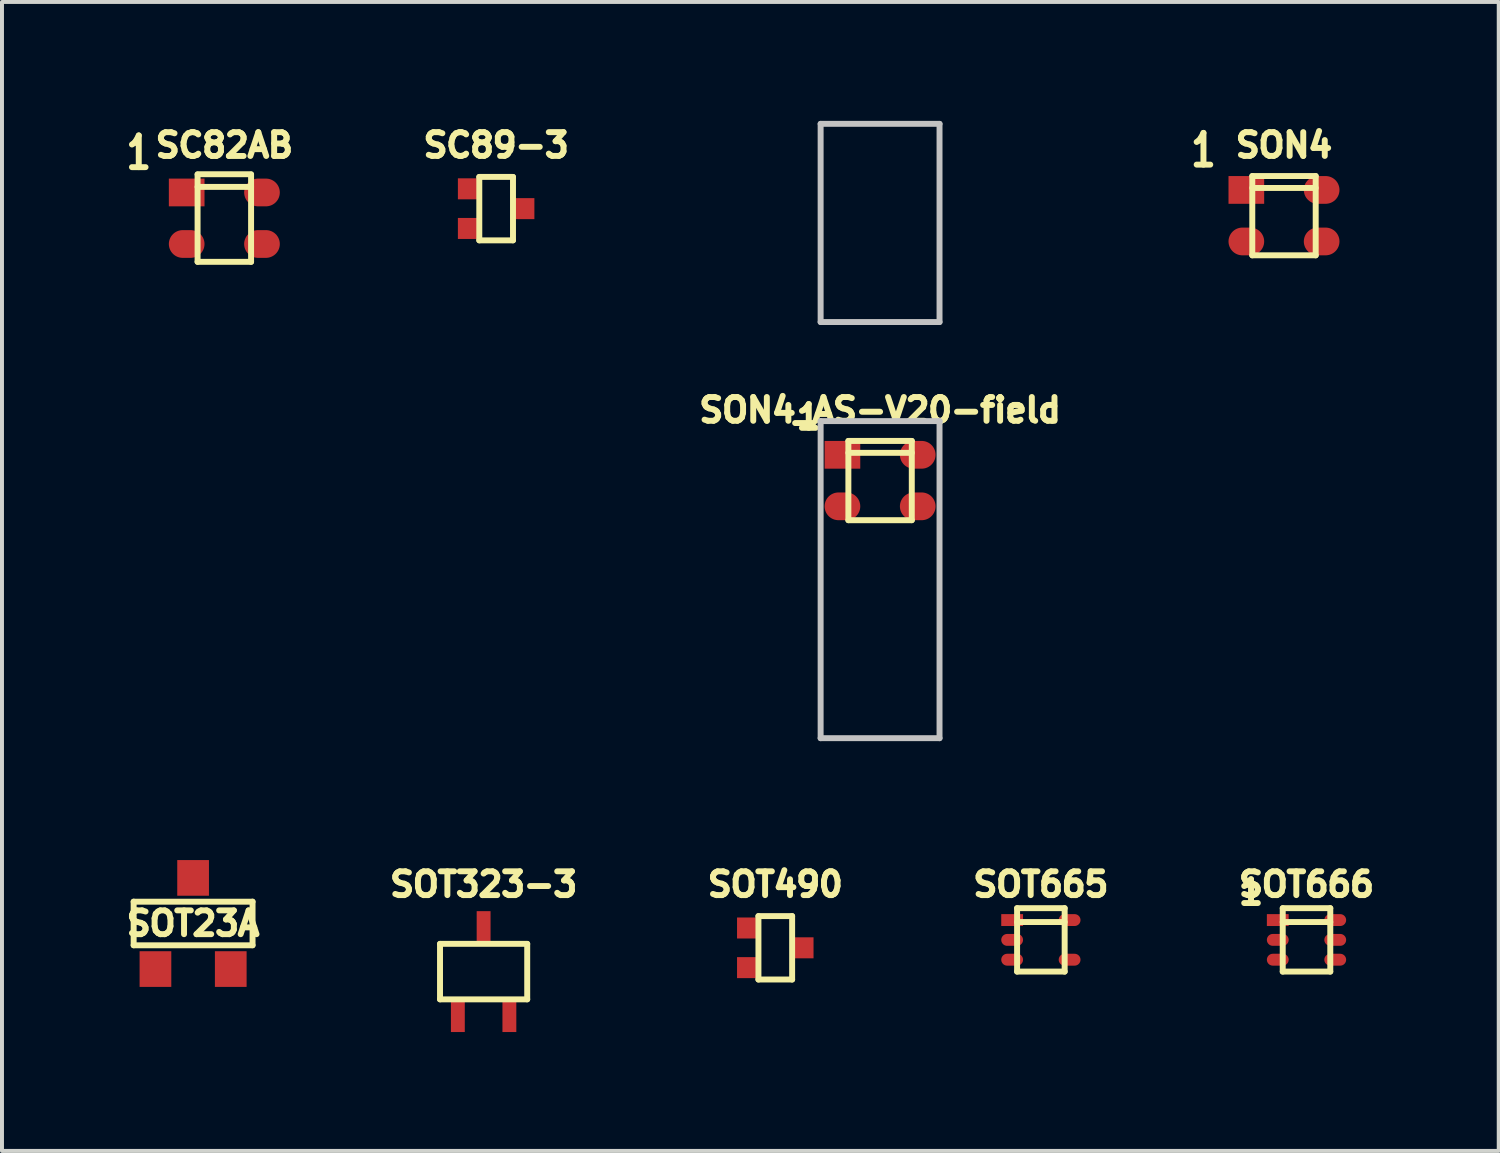
<source format=kicad_pcb>
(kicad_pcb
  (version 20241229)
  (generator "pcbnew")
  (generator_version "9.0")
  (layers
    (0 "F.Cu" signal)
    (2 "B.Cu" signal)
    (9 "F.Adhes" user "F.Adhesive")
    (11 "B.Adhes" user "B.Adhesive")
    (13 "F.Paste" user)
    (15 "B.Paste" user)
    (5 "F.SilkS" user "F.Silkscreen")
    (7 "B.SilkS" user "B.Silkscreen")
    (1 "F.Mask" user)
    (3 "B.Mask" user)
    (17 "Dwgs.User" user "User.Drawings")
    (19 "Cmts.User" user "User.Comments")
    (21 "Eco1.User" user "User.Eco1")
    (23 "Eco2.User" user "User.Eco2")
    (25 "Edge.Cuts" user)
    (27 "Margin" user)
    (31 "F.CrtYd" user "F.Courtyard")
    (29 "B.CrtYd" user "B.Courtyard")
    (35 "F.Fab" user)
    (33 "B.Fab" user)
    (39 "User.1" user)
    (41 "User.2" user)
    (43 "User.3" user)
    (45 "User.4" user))
  (footprint "SON4"
    (layer "F.Cu")
    (at 29.346 2.392)
    (property "Reference" "SON4" (at 0 -1.778 0) (layer "F.SilkS") (effects (font (size 0.6 0.6) (thickness 0.15))))
    (attr through_hole)
    (fp_line (start -0.8 -1) (end 0.8 -1) (stroke (width 0.15) (type solid)) (layer "F.SilkS"))
    (fp_line (start -0.8 -0.7) (end 0.8 -0.7) (stroke (width 0.15) (type solid)) (layer "F.SilkS"))
    (fp_line (start -0.8 1) (end -0.8 -1) (stroke (width 0.15) (type solid)) (layer "F.SilkS"))
    (fp_line (start 0.8 -1) (end 0.8 1) (stroke (width 0.15) (type solid)) (layer "F.SilkS"))
    (fp_line (start 0.8 1) (end -0.8 1) (stroke (width 0.15) (type solid)) (layer "F.SilkS"))
    (fp_text user "1" (at -2.032 -1.651 0) (layer "F.SilkS") (effects (font (size 0.8 0.6) (thickness 0.15))))
    (pad "1" smd rect (at -0.95 -0.65) (size 0.9 0.7) (layers "F.Cu" "F.Mask" "F.Paste"))
    (pad "2" smd oval (at -0.95 0.65) (size 0.9 0.7) (layers "F.Cu" "F.Mask" "F.Paste"))
    (pad "3" smd oval (at 0.95 0.65) (size 0.9 0.7) (layers "F.Cu" "F.Mask" "F.Paste"))
    (pad "4" smd oval (at 0.95 -0.65) (size 0.9 0.7) (layers "F.Cu" "F.Mask" "F.Paste")))
  (footprint "SOT666"
    (layer "F.Cu")
    (at 29.914 20.664)
    (property "Reference" "SOT666" (at 0 -1.4 0) (layer "F.SilkS") (effects (font (size 0.6 0.6) (thickness 0.15))))
    (attr smd)
    (fp_line (start -0.6 -0.8) (end 0.6 -0.8) (stroke (width 0.15) (type solid)) (layer "F.SilkS"))
    (fp_line (start -0.6 -0.45) (end 0.6 -0.45) (stroke (width 0.15) (type solid)) (layer "F.SilkS"))
    (fp_line (start -0.6 0.8) (end -0.6 -0.8) (stroke (width 0.15) (type solid)) (layer "F.SilkS"))
    (fp_line (start 0.6 -0.8) (end 0.6 0.8) (stroke (width 0.15) (type solid)) (layer "F.SilkS"))
    (fp_line (start 0.6 0.8) (end -0.6 0.8) (stroke (width 0.15) (type solid)) (layer "F.SilkS"))
    (fp_text user "1" (at -1.4 -1.2 0) (layer "F.SilkS") (effects (font (size 0.6 0.6) (thickness 0.15))))
    (pad "1" smd rect (at -0.725 -0.5) (size 0.55 0.3) (layers "F.Cu" "F.Mask" "F.Paste"))
    (pad "2" smd oval (at -0.725 0) (size 0.55 0.3) (layers "F.Cu" "F.Mask" "F.Paste"))
    (pad "3" smd oval (at -0.725 0.5) (size 0.55 0.3) (layers "F.Cu" "F.Mask" "F.Paste"))
    (pad "4" smd oval (at 0.725 0.5) (size 0.55 0.3) (layers "F.Cu" "F.Mask" "F.Paste"))
    (pad "5" smd oval (at 0.725 0) (size 0.55 0.3) (layers "F.Cu" "F.Mask" "F.Paste"))
    (pad "6" smd oval (at 0.725 -0.5) (size 0.55 0.3) (layers "F.Cu" "F.Mask" "F.Paste")))
  (footprint "SC82AB"
    (layer "F.Cu")
    (at 2.61 2.456)
    (property "Reference" "SC82AB" (at 0 -1.841 0) (layer "F.SilkS") (effects (font (size 0.6 0.6) (thickness 0.15))))
    (attr smd)
    (fp_line (start -0.675 -1.11) (end 0.675 -1.11) (stroke (width 0.15) (type solid)) (layer "F.SilkS"))
    (fp_line (start -0.675 -0.79) (end 0.675 -0.79) (stroke (width 0.15) (type solid)) (layer "F.SilkS"))
    (fp_line (start -0.675 1.1) (end -0.675 -1.1) (stroke (width 0.15) (type solid)) (layer "F.SilkS"))
    (fp_line (start 0.675 -1.1) (end 0.675 1.1) (stroke (width 0.15) (type solid)) (layer "F.SilkS"))
    (fp_line (start 0.675 1.1) (end -0.675 1.1) (stroke (width 0.15) (type solid)) (layer "F.SilkS"))
    (fp_text user "1" (at -2.159 -1.651 0) (layer "F.SilkS") (effects (font (size 0.8 0.6) (thickness 0.15))))
    (pad "1" smd rect (at -0.95 -0.65) (size 0.9 0.7) (layers "F.Cu" "F.Mask" "F.Paste"))
    (pad "2" smd oval (at -0.95 0.65) (size 0.9 0.7) (layers "F.Cu" "F.Mask" "F.Paste"))
    (pad "3" smd oval (at 0.95 0.65) (size 0.9 0.7) (layers "F.Cu" "F.Mask" "F.Paste"))
    (pad "4" smd oval (at 0.95 -0.65) (size 0.9 0.7) (layers "F.Cu" "F.Mask" "F.Paste")))
  (footprint "SOT490"
    (layer "F.Cu")
    (at 16.511 20.864)
    (property "Reference" "SOT490" (at 0 -1.6 0) (layer "F.SilkS") (effects (font (size 0.6 0.6) (thickness 0.15))))
    (attr smd)
    (fp_line (start -0.425 -0.8) (end 0.425 -0.8) (stroke (width 0.15) (type solid)) (layer "F.SilkS"))
    (fp_line (start -0.425 0.8) (end -0.425 -0.8) (stroke (width 0.15) (type solid)) (layer "F.SilkS"))
    (fp_line (start 0.425 -0.8) (end 0.425 0.8) (stroke (width 0.15) (type solid)) (layer "F.SilkS"))
    (fp_line (start 0.425 0.8) (end -0.425 0.8) (stroke (width 0.15) (type solid)) (layer "F.SilkS"))
    (pad "1" smd rect (at -0.7 -0.5) (size 0.53 0.53) (layers "F.Cu" "F.Mask" "F.Paste"))
    (pad "2" smd rect (at -0.7 0.5) (size 0.53 0.53) (layers "F.Cu" "F.Mask" "F.Paste"))
    (pad "3" smd rect (at 0.7 0) (size 0.53 0.53) (layers "F.Cu" "F.Mask" "F.Paste")))
  (footprint "SOT323-3"
    (layer "F.Cu")
    (at 9.152 21.464)
    (property "Reference" "SOT323-3" (at 0 -2.2 0) (layer "F.SilkS") (effects (font (size 0.6 0.6) (thickness 0.15))))
    (attr smd)
    (fp_line (start -1.1 -0.7) (end 1.1 -0.7) (stroke (width 0.15) (type solid)) (layer "F.SilkS"))
    (fp_line (start -1.1 0.7) (end -1.1 -0.7) (stroke (width 0.15) (type solid)) (layer "F.SilkS"))
    (fp_line (start 1.1 -0.7) (end 1.1 0.7) (stroke (width 0.15) (type solid)) (layer "F.SilkS"))
    (fp_line (start 1.1 0.7) (end -1.1 0.7) (stroke (width 0.15) (type solid)) (layer "F.SilkS"))
    (pad "1" smd rect (at -0.65 1.1) (size 0.35 0.85) (layers "F.Cu" "F.Mask" "F.Paste"))
    (pad "2" smd rect (at 0.65 1.1) (size 0.35 0.85) (layers "F.Cu" "F.Mask" "F.Paste"))
    (pad "3" smd rect (at 0 -1.1) (size 0.35 0.85) (layers "F.Cu" "F.Mask" "F.Paste")))
  (footprint "SON4_AS-V20-field"
    (layer "F.Cu")
    (at 19.155 9.075)
    (property "Reference" "SON4_AS-V20-field" (at 0 -1.778 0) (layer "F.SilkS") (effects (font (size 0.6 0.6) (thickness 0.15))))
    (attr smd)
    (fp_line (start -0.8 -1) (end 0.8 -1) (stroke (width 0.15) (type solid)) (layer "F.SilkS"))
    (fp_line (start -0.8 -0.7) (end 0.8 -0.7) (stroke (width 0.15) (type solid)) (layer "F.SilkS"))
    (fp_line (start -0.8 1) (end -0.8 -1) (stroke (width 0.15) (type solid)) (layer "F.SilkS"))
    (fp_line (start 0.8 -1) (end 0.8 1) (stroke (width 0.15) (type solid)) (layer "F.SilkS"))
    (fp_line (start 0.8 1) (end -0.8 1) (stroke (width 0.15) (type solid)) (layer "F.SilkS"))
    (fp_line (start -1.5 -9) (end -1.5 -4) (stroke (width 0.15) (type solid)) (layer "Dwgs.User"))
    (fp_line (start -1.5 -4) (end 1.5 -4) (stroke (width 0.15) (type solid)) (layer "Dwgs.User"))
    (fp_line (start -1.5 -1.5) (end 1.5 -1.5) (stroke (width 0.15) (type solid)) (layer "Dwgs.User"))
    (fp_line (start -1.5 6.5) (end -1.5 -1.5) (stroke (width 0.15) (type solid)) (layer "Dwgs.User"))
    (fp_line (start 1.5 -9) (end -1.5 -9) (stroke (width 0.15) (type solid)) (layer "Dwgs.User"))
    (fp_line (start 1.5 -4) (end 1.5 -9) (stroke (width 0.15) (type solid)) (layer "Dwgs.User"))
    (fp_line (start 1.5 -1.5) (end 1.5 6.5) (stroke (width 0.15) (type solid)) (layer "Dwgs.User"))
    (fp_line (start 1.5 6.5) (end -1.5 6.5) (stroke (width 0.15) (type solid)) (layer "Dwgs.User"))
    (fp_text user "1" (at -1.8 -1.6 0) (layer "F.SilkS") (effects (font (size 0.6 0.6) (thickness 0.15))))
    (pad "1" smd rect (at -0.95 -0.65) (size 0.9 0.7) (layers "F.Cu" "F.Mask" "F.Paste"))
    (pad "2" smd oval (at -0.95 0.65) (size 0.9 0.7) (layers "F.Cu" "F.Mask" "F.Paste"))
    (pad "3" smd oval (at 0.95 0.65) (size 0.9 0.7) (layers "F.Cu" "F.Mask" "F.Paste"))
    (pad "4" smd oval (at 0.95 -0.65) (size 0.9 0.7) (layers "F.Cu" "F.Mask" "F.Paste")))
  (footprint "SOT23A"
    (layer "F.Cu")
    (at 1.822 20.25)
    (property "Reference" "SOT23A" (at 0 0 0) (layer "F.SilkS") (effects (font (size 0.6 0.6) (thickness 0.15))))
    (attr smd)
    (fp_line (start -1.5 -0.55) (end 1.5 -0.55) (stroke (width 0.15) (type solid)) (layer "F.SilkS"))
    (fp_line (start -1.5 0.55) (end -1.5 -0.55) (stroke (width 0.15) (type solid)) (layer "F.SilkS"))
    (fp_line (start 1.5 -0.55) (end 1.5 0.55) (stroke (width 0.15) (type solid)) (layer "F.SilkS"))
    (fp_line (start 1.5 0.55) (end -1.5 0.55) (stroke (width 0.15) (type solid)) (layer "F.SilkS"))
    (pad "1" smd rect (at -0.95 1.15) (size 0.8 0.9) (layers "F.Cu" "F.Mask" "F.Paste"))
    (pad "2" smd rect (at 0.95 1.15) (size 0.8 0.9) (layers "F.Cu" "F.Mask" "F.Paste"))
    (pad "3" smd rect (at 0 -1.15) (size 0.8 0.9) (layers "F.Cu" "F.Mask" "F.Paste")))
  (footprint "SC89-3"
    (layer "F.Cu")
    (at 9.468 2.214)
    (property "Reference" "SC89-3" (at 0 -1.6 0) (layer "F.SilkS") (effects (font (size 0.6 0.6) (thickness 0.15))))
    (attr smd)
    (fp_line (start -0.425 -0.8) (end 0.425 -0.8) (stroke (width 0.15) (type solid)) (layer "F.SilkS"))
    (fp_line (start -0.425 0.8) (end -0.425 -0.8) (stroke (width 0.15) (type solid)) (layer "F.SilkS"))
    (fp_line (start 0.425 -0.8) (end 0.425 0.8) (stroke (width 0.15) (type solid)) (layer "F.SilkS"))
    (fp_line (start 0.425 0.8) (end -0.425 0.8) (stroke (width 0.15) (type solid)) (layer "F.SilkS"))
    (pad "1" smd rect (at -0.7 -0.5) (size 0.53 0.53) (layers "F.Cu" "F.Mask" "F.Paste"))
    (pad "2" smd rect (at -0.7 0.5) (size 0.53 0.53) (layers "F.Cu" "F.Mask" "F.Paste"))
    (pad "3" smd rect (at 0.7 0) (size 0.53 0.53) (layers "F.Cu" "F.Mask" "F.Paste")))
  (footprint "SOT665"
    (layer "F.Cu")
    (at 23.212 20.664)
    (property "Reference" "SOT665" (at 0 -1.4 0) (layer "F.SilkS") (effects (font (size 0.6 0.6) (thickness 0.15))))
    (attr smd)
    (fp_line (start -0.6 -0.8) (end 0.6 -0.8) (stroke (width 0.15) (type solid)) (layer "F.SilkS"))
    (fp_line (start -0.6 -0.45) (end 0.6 -0.45) (stroke (width 0.15) (type solid)) (layer "F.SilkS"))
    (fp_line (start -0.6 0.8) (end -0.6 -0.8) (stroke (width 0.15) (type solid)) (layer "F.SilkS"))
    (fp_line (start 0.6 -0.8) (end 0.6 0.8) (stroke (width 0.15) (type solid)) (layer "F.SilkS"))
    (fp_line (start 0.6 0.8) (end -0.6 0.8) (stroke (width 0.15) (type solid)) (layer "F.SilkS"))
    (pad "1" smd rect (at -0.725 -0.5) (size 0.55 0.3) (layers "F.Cu" "F.Mask" "F.Paste"))
    (pad "2" smd oval (at -0.725 0) (size 0.55 0.3) (layers "F.Cu" "F.Mask" "F.Paste"))
    (pad "3" smd oval (at -0.725 0.5) (size 0.55 0.3) (layers "F.Cu" "F.Mask" "F.Paste"))
    (pad "4" smd oval (at 0.725 0.5) (size 0.55 0.3) (layers "F.Cu" "F.Mask" "F.Paste"))
    (pad "5" smd oval (at 0.725 -0.5) (size 0.55 0.3) (layers "F.Cu" "F.Mask" "F.Paste")))
  (gr_rect
    (start -3 -3)
    (end 34.764 25.989)
    (stroke (width 0.1) (type default))
    (fill no)
    (layer "Edge.Cuts")))
</source>
